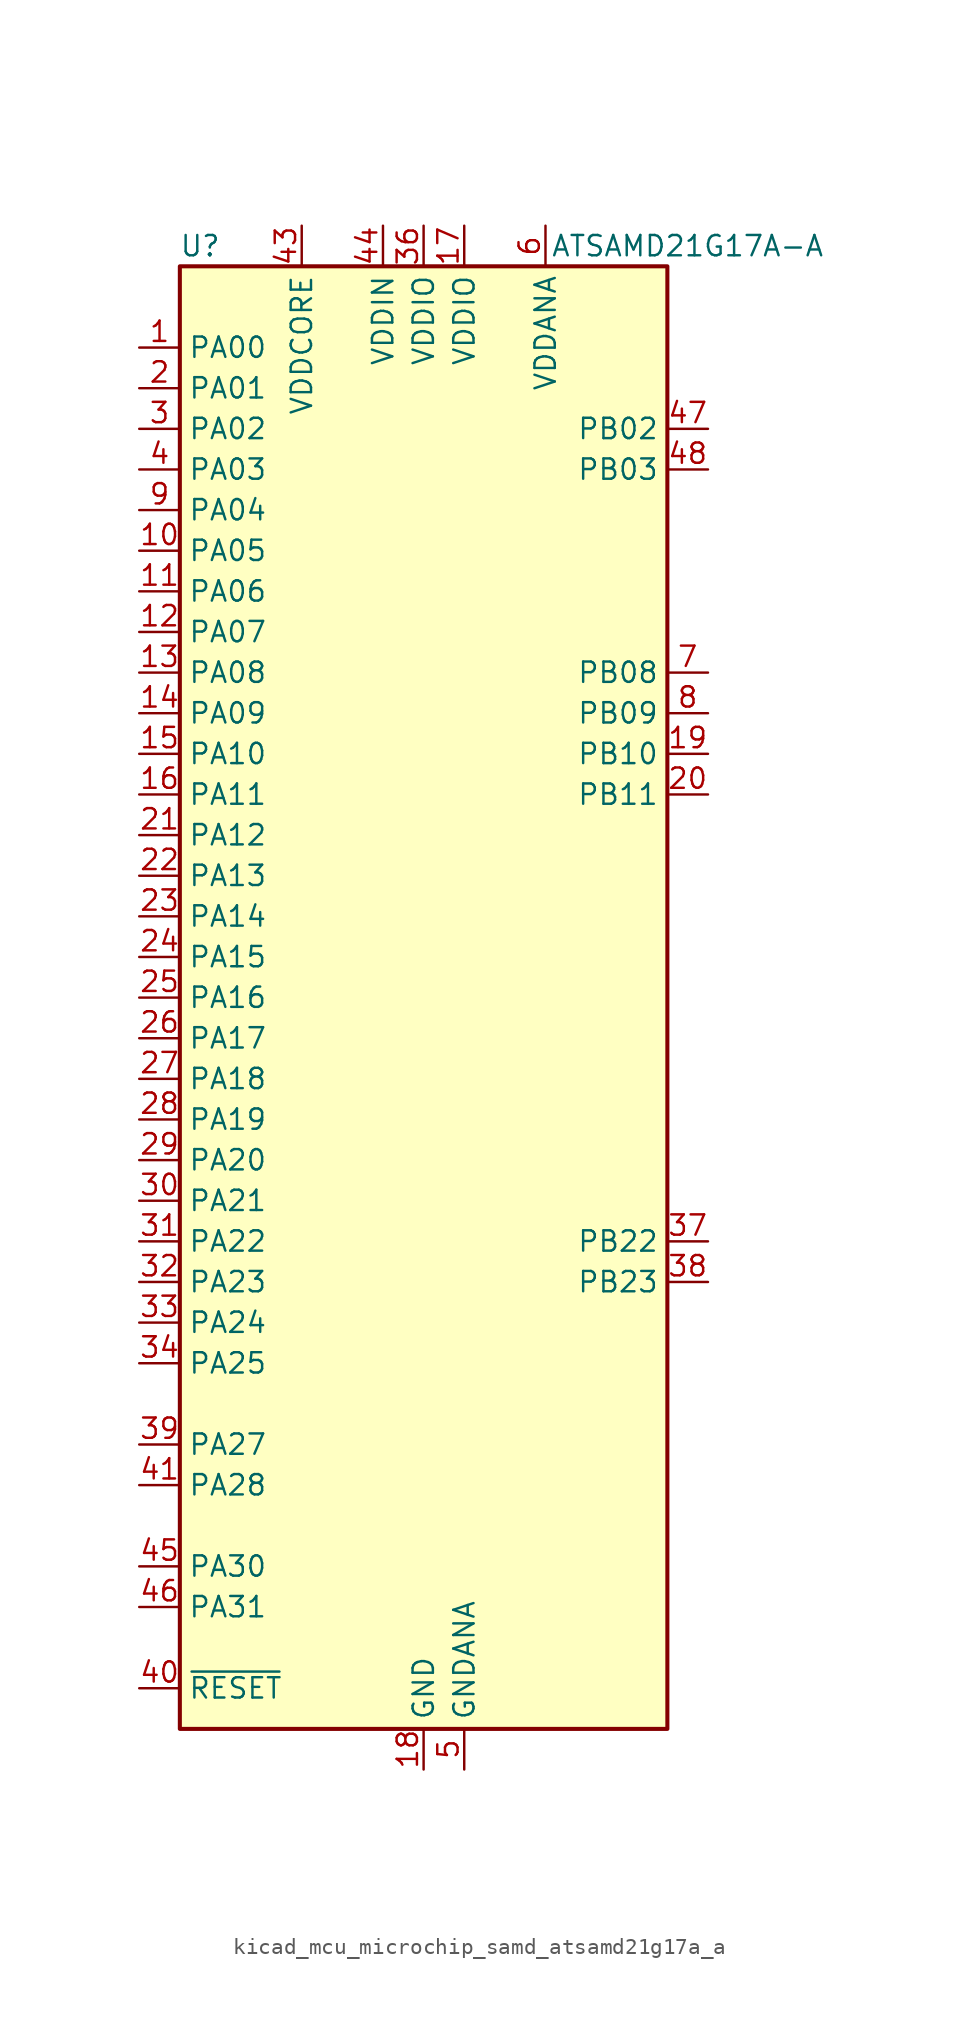
<source format=kicad_sym>
(kicad_symbol_lib
  (version 20220914)
  (generator kicad_symbol_editor)
  (symbol "kicad_mcu_microchip_samd_atsamd21g17a_a"
    (property "Reference" "U"
      (at -13.97 46.99 0)
      (effects (font (size 1.27 1.27))))
    (property "Value" "ATSAMD21G17A-A"
      (at 16.51 46.99 0)
      (effects (font (size 1.27 1.27))))
    (symbol "kicad_mcu_microchip_samd_atsamd21g17a_a_0_1"
      (rectangle (start -15.24 45.72) (end 15.24 -45.72) (stroke (width 0.254) (type default)) (fill (type background))))
    (symbol "kicad_mcu_microchip_samd_atsamd21g17a_a_1_1"
      (pin bidirectional line (at -17.78 40.64 0) (length 2.54) (name "PA00" (effects (font (size 1.27 1.27)))) (number "1" (effects (font (size 1.27 1.27)))))
      (pin bidirectional line (at -17.78 27.94 0) (length 2.54) (name "PA05" (effects (font (size 1.27 1.27)))) (number "10" (effects (font (size 1.27 1.27)))))
      (pin bidirectional line (at -17.78 25.4 0) (length 2.54) (name "PA06" (effects (font (size 1.27 1.27)))) (number "11" (effects (font (size 1.27 1.27)))))
      (pin bidirectional line (at -17.78 22.86 0) (length 2.54) (name "PA07" (effects (font (size 1.27 1.27)))) (number "12" (effects (font (size 1.27 1.27)))))
      (pin bidirectional line (at -17.78 20.32 0) (length 2.54) (name "PA08" (effects (font (size 1.27 1.27)))) (number "13" (effects (font (size 1.27 1.27)))))
      (pin bidirectional line (at -17.78 17.78 0) (length 2.54) (name "PA09" (effects (font (size 1.27 1.27)))) (number "14" (effects (font (size 1.27 1.27)))))
      (pin bidirectional line (at -17.78 15.24 0) (length 2.54) (name "PA10" (effects (font (size 1.27 1.27)))) (number "15" (effects (font (size 1.27 1.27)))))
      (pin bidirectional line (at -17.78 12.7 0) (length 2.54) (name "PA11" (effects (font (size 1.27 1.27)))) (number "16" (effects (font (size 1.27 1.27)))))
      (pin power_in line (at 2.54 48.26 270) (length 2.54) (name "VDDIO" (effects (font (size 1.27 1.27)))) (number "17" (effects (font (size 1.27 1.27)))))
      (pin power_in line (at 0 -48.26 90) (length 2.54) (name "GND" (effects (font (size 1.27 1.27)))) (number "18" (effects (font (size 1.27 1.27)))))
      (pin bidirectional line (at 17.78 15.24 180) (length 2.54) (name "PB10" (effects (font (size 1.27 1.27)))) (number "19" (effects (font (size 1.27 1.27)))))
      (pin bidirectional line (at -17.78 38.1 0) (length 2.54) (name "PA01" (effects (font (size 1.27 1.27)))) (number "2" (effects (font (size 1.27 1.27)))))
      (pin bidirectional line (at 17.78 12.7 180) (length 2.54) (name "PB11" (effects (font (size 1.27 1.27)))) (number "20" (effects (font (size 1.27 1.27)))))
      (pin bidirectional line (at -17.78 10.16 0) (length 2.54) (name "PA12" (effects (font (size 1.27 1.27)))) (number "21" (effects (font (size 1.27 1.27)))))
      (pin bidirectional line (at -17.78 7.62 0) (length 2.54) (name "PA13" (effects (font (size 1.27 1.27)))) (number "22" (effects (font (size 1.27 1.27)))))
      (pin bidirectional line (at -17.78 5.08 0) (length 2.54) (name "PA14" (effects (font (size 1.27 1.27)))) (number "23" (effects (font (size 1.27 1.27)))))
      (pin bidirectional line (at -17.78 2.54 0) (length 2.54) (name "PA15" (effects (font (size 1.27 1.27)))) (number "24" (effects (font (size 1.27 1.27)))))
      (pin bidirectional line (at -17.78 0 0) (length 2.54) (name "PA16" (effects (font (size 1.27 1.27)))) (number "25" (effects (font (size 1.27 1.27)))))
      (pin bidirectional line (at -17.78 -2.54 0) (length 2.54) (name "PA17" (effects (font (size 1.27 1.27)))) (number "26" (effects (font (size 1.27 1.27)))))
      (pin bidirectional line (at -17.78 -5.08 0) (length 2.54) (name "PA18" (effects (font (size 1.27 1.27)))) (number "27" (effects (font (size 1.27 1.27)))))
      (pin bidirectional line (at -17.78 -7.62 0) (length 2.54) (name "PA19" (effects (font (size 1.27 1.27)))) (number "28" (effects (font (size 1.27 1.27)))))
      (pin bidirectional line (at -17.78 -10.16 0) (length 2.54) (name "PA20" (effects (font (size 1.27 1.27)))) (number "29" (effects (font (size 1.27 1.27)))))
      (pin bidirectional line (at -17.78 35.56 0) (length 2.54) (name "PA02" (effects (font (size 1.27 1.27)))) (number "3" (effects (font (size 1.27 1.27)))))
      (pin bidirectional line (at -17.78 -12.7 0) (length 2.54) (name "PA21" (effects (font (size 1.27 1.27)))) (number "30" (effects (font (size 1.27 1.27)))))
      (pin bidirectional line (at -17.78 -15.24 0) (length 2.54) (name "PA22" (effects (font (size 1.27 1.27)))) (number "31" (effects (font (size 1.27 1.27)))))
      (pin bidirectional line (at -17.78 -17.78 0) (length 2.54) (name "PA23" (effects (font (size 1.27 1.27)))) (number "32" (effects (font (size 1.27 1.27)))))
      (pin bidirectional line (at -17.78 -20.32 0) (length 2.54) (name "PA24" (effects (font (size 1.27 1.27)))) (number "33" (effects (font (size 1.27 1.27)))))
      (pin bidirectional line (at -17.78 -22.86 0) (length 2.54) (name "PA25" (effects (font (size 1.27 1.27)))) (number "34" (effects (font (size 1.27 1.27)))))
      (pin passive line (at 0 -48.26 90) (length 2.54) hide (name "GND" (effects (font (size 1.27 1.27)))) (number "35" (effects (font (size 1.27 1.27)))))
      (pin power_in line (at 0 48.26 270) (length 2.54) (name "VDDIO" (effects (font (size 1.27 1.27)))) (number "36" (effects (font (size 1.27 1.27)))))
      (pin bidirectional line (at 17.78 -15.24 180) (length 2.54) (name "PB22" (effects (font (size 1.27 1.27)))) (number "37" (effects (font (size 1.27 1.27)))))
      (pin bidirectional line (at 17.78 -17.78 180) (length 2.54) (name "PB23" (effects (font (size 1.27 1.27)))) (number "38" (effects (font (size 1.27 1.27)))))
      (pin bidirectional line (at -17.78 -27.94 0) (length 2.54) (name "PA27" (effects (font (size 1.27 1.27)))) (number "39" (effects (font (size 1.27 1.27)))))
      (pin bidirectional line (at -17.78 33.02 0) (length 2.54) (name "PA03" (effects (font (size 1.27 1.27)))) (number "4" (effects (font (size 1.27 1.27)))))
      (pin input line (at -17.78 -43.18 0) (length 2.54) (name "~{RESET}" (effects (font (size 1.27 1.27)))) (number "40" (effects (font (size 1.27 1.27)))))
      (pin bidirectional line (at -17.78 -30.48 0) (length 2.54) (name "PA28" (effects (font (size 1.27 1.27)))) (number "41" (effects (font (size 1.27 1.27)))))
      (pin passive line (at 0 -48.26 90) (length 2.54) hide (name "GND" (effects (font (size 1.27 1.27)))) (number "42" (effects (font (size 1.27 1.27)))))
      (pin power_out line (at -7.62 48.26 270) (length 2.54) (name "VDDCORE" (effects (font (size 1.27 1.27)))) (number "43" (effects (font (size 1.27 1.27)))))
      (pin power_in line (at -2.54 48.26 270) (length 2.54) (name "VDDIN" (effects (font (size 1.27 1.27)))) (number "44" (effects (font (size 1.27 1.27)))))
      (pin bidirectional line (at -17.78 -35.56 0) (length 2.54) (name "PA30" (effects (font (size 1.27 1.27)))) (number "45" (effects (font (size 1.27 1.27)))))
      (pin bidirectional line (at -17.78 -38.1 0) (length 2.54) (name "PA31" (effects (font (size 1.27 1.27)))) (number "46" (effects (font (size 1.27 1.27)))))
      (pin bidirectional line (at 17.78 35.56 180) (length 2.54) (name "PB02" (effects (font (size 1.27 1.27)))) (number "47" (effects (font (size 1.27 1.27)))))
      (pin bidirectional line (at 17.78 33.02 180) (length 2.54) (name "PB03" (effects (font (size 1.27 1.27)))) (number "48" (effects (font (size 1.27 1.27)))))
      (pin power_in line (at 2.54 -48.26 90) (length 2.54) (name "GNDANA" (effects (font (size 1.27 1.27)))) (number "5" (effects (font (size 1.27 1.27)))))
      (pin power_in line (at 7.62 48.26 270) (length 2.54) (name "VDDANA" (effects (font (size 1.27 1.27)))) (number "6" (effects (font (size 1.27 1.27)))))
      (pin bidirectional line (at 17.78 20.32 180) (length 2.54) (name "PB08" (effects (font (size 1.27 1.27)))) (number "7" (effects (font (size 1.27 1.27)))))
      (pin bidirectional line (at 17.78 17.78 180) (length 2.54) (name "PB09" (effects (font (size 1.27 1.27)))) (number "8" (effects (font (size 1.27 1.27)))))
      (pin bidirectional line (at -17.78 30.48 0) (length 2.54) (name "PA04" (effects (font (size 1.27 1.27)))) (number "9" (effects (font (size 1.27 1.27))))))))
</source>
